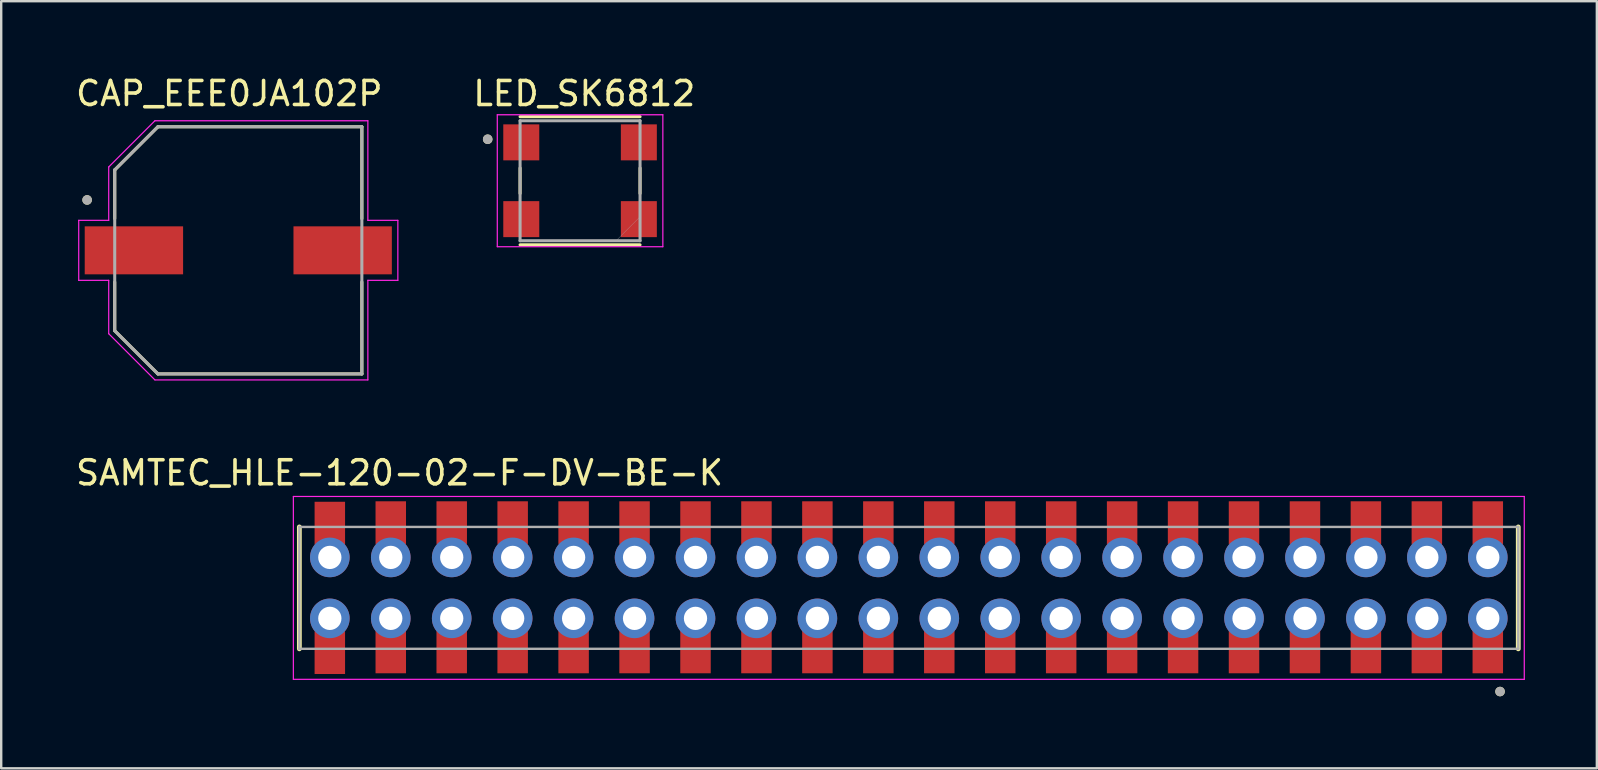
<source format=kicad_pcb>
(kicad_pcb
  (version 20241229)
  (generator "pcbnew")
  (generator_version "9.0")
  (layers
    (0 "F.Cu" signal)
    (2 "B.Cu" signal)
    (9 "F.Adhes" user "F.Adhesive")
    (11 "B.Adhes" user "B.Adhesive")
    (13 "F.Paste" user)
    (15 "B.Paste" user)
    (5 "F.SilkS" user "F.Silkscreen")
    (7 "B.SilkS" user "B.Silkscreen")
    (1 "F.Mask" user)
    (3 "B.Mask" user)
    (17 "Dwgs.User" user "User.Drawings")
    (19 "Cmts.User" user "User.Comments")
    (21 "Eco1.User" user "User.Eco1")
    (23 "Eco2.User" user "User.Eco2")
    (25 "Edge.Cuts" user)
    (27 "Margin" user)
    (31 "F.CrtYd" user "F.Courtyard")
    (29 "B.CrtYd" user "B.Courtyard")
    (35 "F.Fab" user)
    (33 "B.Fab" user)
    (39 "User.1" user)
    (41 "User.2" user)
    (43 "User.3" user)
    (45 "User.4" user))
  (footprint "SAMTEC_HLE-120-02-F-DV-BE-K"
    (layer "F.Cu")
    (at 34.826 21.451)
    (property "Reference" "SAMTEC_HLE-120-02-F-DV-BE-K" (at -21.225 -4.795 0) (layer "F.SilkS") (effects (font (size 1 1) (thickness 0.15))))
    (attr through_hole)
    (fp_line (start -25.4 2.54) (end -25.4 -2.54) (stroke (width 0.2) (type solid)) (layer "F.SilkS"))
    (fp_line (start 25.4 2.54) (end 25.4 -2.54) (stroke (width 0.2) (type solid)) (layer "F.SilkS"))
    (fp_circle (center 24.64 4.32) (end 24.74 4.32) (stroke (width 0.2) (type solid)) (fill no) (layer "F.SilkS"))
    (fp_line (start -25.65 -3.81) (end 25.65 -3.81) (stroke (width 0.05) (type solid)) (layer "F.CrtYd"))
    (fp_line (start -25.65 3.81) (end -25.65 -3.81) (stroke (width 0.05) (type solid)) (layer "F.CrtYd"))
    (fp_line (start 25.65 -3.81) (end 25.65 3.81) (stroke (width 0.05) (type solid)) (layer "F.CrtYd"))
    (fp_line (start 25.65 3.81) (end -25.65 3.81) (stroke (width 0.05) (type solid)) (layer "F.CrtYd"))
    (fp_line (start -25.4 -2.54) (end 25.4 -2.54) (stroke (width 0.1) (type solid)) (layer "F.Fab"))
    (fp_line (start -25.4 2.54) (end -25.4 -2.54) (stroke (width 0.1) (type solid)) (layer "F.Fab"))
    (fp_line (start 25.4 -2.54) (end 25.4 2.54) (stroke (width 0.1) (type solid)) (layer "F.Fab"))
    (fp_line (start 25.4 2.54) (end -25.4 2.54) (stroke (width 0.1) (type solid)) (layer "F.Fab"))
    (fp_circle (center 24.64 4.32) (end 24.74 4.32) (stroke (width 0.2) (type solid)) (fill no) (layer "F.Fab"))
    (pad "01" smd rect (at 24.13 -2.72) (size 1.27 1.778) (layers "F.Cu" "F.Mask" "F.Paste"))
    (pad "01" thru_hole circle (at 24.13 -1.27) (size 1.651 1.651) (drill 0.97) (layers "*.Cu" "*.Mask"))
    (pad "02" thru_hole circle (at 24.13 1.27) (size 1.651 1.651) (drill 0.97) (layers "*.Cu" "*.Mask"))
    (pad "02" smd rect (at 24.13 2.67) (size 1.27 1.778) (layers "F.Cu" "F.Mask" "F.Paste"))
    (pad "03" smd rect (at 21.59 -2.72) (size 1.27 1.778) (layers "F.Cu" "F.Mask" "F.Paste"))
    (pad "03" thru_hole circle (at 21.59 -1.27) (size 1.651 1.651) (drill 0.97) (layers "*.Cu" "*.Mask"))
    (pad "04" thru_hole circle (at 21.59 1.27) (size 1.651 1.651) (drill 0.97) (layers "*.Cu" "*.Mask"))
    (pad "04" smd rect (at 21.59 2.67) (size 1.27 1.778) (layers "F.Cu" "F.Mask" "F.Paste"))
    (pad "05" smd rect (at 19.05 -2.72) (size 1.27 1.778) (layers "F.Cu" "F.Mask" "F.Paste"))
    (pad "05" thru_hole circle (at 19.05 -1.27) (size 1.651 1.651) (drill 0.97) (layers "*.Cu" "*.Mask"))
    (pad "06" thru_hole circle (at 19.05 1.27) (size 1.651 1.651) (drill 0.97) (layers "*.Cu" "*.Mask"))
    (pad "06" smd rect (at 19.05 2.67) (size 1.27 1.778) (layers "F.Cu" "F.Mask" "F.Paste"))
    (pad "07" smd rect (at 16.51 -2.72) (size 1.27 1.778) (layers "F.Cu" "F.Mask" "F.Paste"))
    (pad "07" thru_hole circle (at 16.51 -1.27) (size 1.651 1.651) (drill 0.97) (layers "*.Cu" "*.Mask"))
    (pad "08" thru_hole circle (at 16.51 1.27) (size 1.651 1.651) (drill 0.97) (layers "*.Cu" "*.Mask"))
    (pad "08" smd rect (at 16.51 2.67) (size 1.27 1.778) (layers "F.Cu" "F.Mask" "F.Paste"))
    (pad "09" smd rect (at 13.97 -2.72) (size 1.27 1.778) (layers "F.Cu" "F.Mask" "F.Paste"))
    (pad "09" thru_hole circle (at 13.97 -1.27) (size 1.651 1.651) (drill 0.97) (layers "*.Cu" "*.Mask"))
    (pad "10" thru_hole circle (at 13.97 1.27) (size 1.651 1.651) (drill 0.97) (layers "*.Cu" "*.Mask"))
    (pad "10" smd rect (at 13.97 2.67) (size 1.27 1.778) (layers "F.Cu" "F.Mask" "F.Paste"))
    (pad "11" smd rect (at 11.43 -2.72) (size 1.27 1.778) (layers "F.Cu" "F.Mask" "F.Paste"))
    (pad "11" thru_hole circle (at 11.43 -1.27) (size 1.651 1.651) (drill 0.97) (layers "*.Cu" "*.Mask"))
    (pad "12" thru_hole circle (at 11.43 1.27) (size 1.651 1.651) (drill 0.97) (layers "*.Cu" "*.Mask"))
    (pad "12" smd rect (at 11.43 2.67) (size 1.27 1.778) (layers "F.Cu" "F.Mask" "F.Paste"))
    (pad "13" smd rect (at 8.89 -2.72) (size 1.27 1.778) (layers "F.Cu" "F.Mask" "F.Paste"))
    (pad "13" thru_hole circle (at 8.89 -1.27) (size 1.651 1.651) (drill 0.97) (layers "*.Cu" "*.Mask"))
    (pad "14" thru_hole circle (at 8.89 1.27) (size 1.651 1.651) (drill 0.97) (layers "*.Cu" "*.Mask"))
    (pad "14" smd rect (at 8.89 2.67) (size 1.27 1.778) (layers "F.Cu" "F.Mask" "F.Paste"))
    (pad "15" smd rect (at 6.35 -2.72) (size 1.27 1.778) (layers "F.Cu" "F.Mask" "F.Paste"))
    (pad "15" thru_hole circle (at 6.35 -1.27) (size 1.651 1.651) (drill 0.97) (layers "*.Cu" "*.Mask"))
    (pad "16" thru_hole circle (at 6.35 1.27) (size 1.651 1.651) (drill 0.97) (layers "*.Cu" "*.Mask"))
    (pad "16" smd rect (at 6.35 2.67) (size 1.27 1.778) (layers "F.Cu" "F.Mask" "F.Paste"))
    (pad "17" smd rect (at 3.81 -2.72) (size 1.27 1.778) (layers "F.Cu" "F.Mask" "F.Paste"))
    (pad "17" thru_hole circle (at 3.81 -1.27) (size 1.651 1.651) (drill 0.97) (layers "*.Cu" "*.Mask"))
    (pad "18" thru_hole circle (at 3.81 1.27) (size 1.651 1.651) (drill 0.97) (layers "*.Cu" "*.Mask"))
    (pad "18" smd rect (at 3.81 2.67) (size 1.27 1.778) (layers "F.Cu" "F.Mask" "F.Paste"))
    (pad "19" smd rect (at 1.27 -2.72) (size 1.27 1.778) (layers "F.Cu" "F.Mask" "F.Paste"))
    (pad "19" thru_hole circle (at 1.27 -1.27) (size 1.651 1.651) (drill 0.97) (layers "*.Cu" "*.Mask"))
    (pad "20" thru_hole circle (at 1.27 1.27) (size 1.651 1.651) (drill 0.97) (layers "*.Cu" "*.Mask"))
    (pad "20" smd rect (at 1.27 2.67) (size 1.27 1.778) (layers "F.Cu" "F.Mask" "F.Paste"))
    (pad "21" smd rect (at -1.27 -2.72) (size 1.27 1.778) (layers "F.Cu" "F.Mask" "F.Paste"))
    (pad "21" thru_hole circle (at -1.27 -1.27) (size 1.651 1.651) (drill 0.97) (layers "*.Cu" "*.Mask"))
    (pad "22" thru_hole circle (at -1.27 1.27) (size 1.651 1.651) (drill 0.97) (layers "*.Cu" "*.Mask"))
    (pad "22" smd rect (at -1.27 2.67) (size 1.27 1.778) (layers "F.Cu" "F.Mask" "F.Paste"))
    (pad "23" smd rect (at -3.81 -2.72) (size 1.27 1.778) (layers "F.Cu" "F.Mask" "F.Paste"))
    (pad "23" thru_hole circle (at -3.81 -1.27) (size 1.651 1.651) (drill 0.97) (layers "*.Cu" "*.Mask"))
    (pad "24" thru_hole circle (at -3.81 1.27) (size 1.651 1.651) (drill 0.97) (layers "*.Cu" "*.Mask"))
    (pad "24" smd rect (at -3.81 2.67) (size 1.27 1.778) (layers "F.Cu" "F.Mask" "F.Paste"))
    (pad "25" smd rect (at -6.35 -2.72) (size 1.27 1.778) (layers "F.Cu" "F.Mask" "F.Paste"))
    (pad "25" thru_hole circle (at -6.35 -1.27) (size 1.651 1.651) (drill 0.97) (layers "*.Cu" "*.Mask"))
    (pad "26" thru_hole circle (at -6.35 1.27) (size 1.651 1.651) (drill 0.97) (layers "*.Cu" "*.Mask"))
    (pad "26" smd rect (at -6.35 2.67) (size 1.27 1.778) (layers "F.Cu" "F.Mask" "F.Paste"))
    (pad "27" smd rect (at -8.89 -2.72) (size 1.27 1.778) (layers "F.Cu" "F.Mask" "F.Paste"))
    (pad "27" thru_hole circle (at -8.89 -1.27) (size 1.651 1.651) (drill 0.97) (layers "*.Cu" "*.Mask"))
    (pad "28" thru_hole circle (at -8.89 1.27) (size 1.651 1.651) (drill 0.97) (layers "*.Cu" "*.Mask"))
    (pad "28" smd rect (at -8.89 2.67) (size 1.27 1.778) (layers "F.Cu" "F.Mask" "F.Paste"))
    (pad "29" smd rect (at -11.43 -2.72) (size 1.27 1.778) (layers "F.Cu" "F.Mask" "F.Paste"))
    (pad "29" thru_hole circle (at -11.43 -1.27) (size 1.651 1.651) (drill 0.97) (layers "*.Cu" "*.Mask"))
    (pad "30" thru_hole circle (at -11.43 1.27) (size 1.651 1.651) (drill 0.97) (layers "*.Cu" "*.Mask"))
    (pad "30" smd rect (at -11.43 2.67) (size 1.27 1.778) (layers "F.Cu" "F.Mask" "F.Paste"))
    (pad "31" smd rect (at -13.97 -2.72) (size 1.27 1.778) (layers "F.Cu" "F.Mask" "F.Paste"))
    (pad "31" thru_hole circle (at -13.97 -1.27) (size 1.651 1.651) (drill 0.97) (layers "*.Cu" "*.Mask"))
    (pad "32" thru_hole circle (at -13.97 1.27) (size 1.651 1.651) (drill 0.97) (layers "*.Cu" "*.Mask"))
    (pad "32" smd rect (at -13.97 2.67) (size 1.27 1.778) (layers "F.Cu" "F.Mask" "F.Paste"))
    (pad "33" smd rect (at -16.51 -2.72) (size 1.27 1.778) (layers "F.Cu" "F.Mask" "F.Paste"))
    (pad "33" thru_hole circle (at -16.51 -1.27) (size 1.651 1.651) (drill 0.97) (layers "*.Cu" "*.Mask"))
    (pad "34" thru_hole circle (at -16.51 1.27) (size 1.651 1.651) (drill 0.97) (layers "*.Cu" "*.Mask"))
    (pad "34" smd rect (at -16.51 2.67) (size 1.27 1.778) (layers "F.Cu" "F.Mask" "F.Paste"))
    (pad "35" smd rect (at -19.05 -2.72) (size 1.27 1.778) (layers "F.Cu" "F.Mask" "F.Paste"))
    (pad "35" thru_hole circle (at -19.05 -1.27) (size 1.651 1.651) (drill 0.97) (layers "*.Cu" "*.Mask"))
    (pad "36" thru_hole circle (at -19.05 1.27) (size 1.651 1.651) (drill 0.97) (layers "*.Cu" "*.Mask"))
    (pad "36" smd rect (at -19.05 2.67) (size 1.27 1.778) (layers "F.Cu" "F.Mask" "F.Paste"))
    (pad "37" smd rect (at -21.59 -2.72) (size 1.27 1.778) (layers "F.Cu" "F.Mask" "F.Paste"))
    (pad "37" thru_hole circle (at -21.59 -1.27) (size 1.651 1.651) (drill 0.97) (layers "*.Cu" "*.Mask"))
    (pad "38" thru_hole circle (at -21.59 1.27) (size 1.651 1.651) (drill 0.97) (layers "*.Cu" "*.Mask"))
    (pad "38" smd rect (at -21.59 2.67) (size 1.27 1.778) (layers "F.Cu" "F.Mask" "F.Paste"))
    (pad "39" smd rect (at -24.13 -2.7) (size 1.27 1.778) (layers "F.Cu" "F.Mask" "F.Paste"))
    (pad "39" thru_hole circle (at -24.13 -1.27) (size 1.651 1.651) (drill 0.97) (layers "*.Cu" "*.Mask"))
    (pad "40" thru_hole circle (at -24.13 1.27) (size 1.651 1.651) (drill 0.97) (layers "*.Cu" "*.Mask"))
    (pad "40" smd rect (at -24.13 2.7) (size 1.27 1.778) (layers "F.Cu" "F.Mask" "F.Paste")))
  (footprint "CAP_EEE0JA102P"
    (layer "F.Cu")
    (at 6.881 7.383)
    (property "Reference" "CAP_EEE0JA102P" (at -0.375 -6.535 0) (layer "F.SilkS") (effects (font (size 1 1) (thickness 0.15))))
    (attr through_hole)
    (fp_line (start -5.15 -3.35) (end -5.15 -1.32) (stroke (width 0.127) (type solid)) (layer "F.SilkS"))
    (fp_line (start -5.15 1.32) (end -5.15 3.35) (stroke (width 0.127) (type solid)) (layer "F.SilkS"))
    (fp_line (start -5.15 3.35) (end -3.35 5.15) (stroke (width 0.127) (type solid)) (layer "F.SilkS"))
    (fp_line (start -3.35 -5.15) (end -5.15 -3.35) (stroke (width 0.127) (type solid)) (layer "F.SilkS"))
    (fp_line (start -3.35 5.15) (end 5.15 5.15) (stroke (width 0.127) (type solid)) (layer "F.SilkS"))
    (fp_line (start 5.15 -5.15) (end -3.35 -5.15) (stroke (width 0.127) (type solid)) (layer "F.SilkS"))
    (fp_line (start 5.15 -1.32) (end 5.15 -5.15) (stroke (width 0.127) (type solid)) (layer "F.SilkS"))
    (fp_line (start 5.15 5.15) (end 5.15 1.32) (stroke (width 0.127) (type solid)) (layer "F.SilkS"))
    (fp_circle (center -6.3 -2.1) (end -6.2 -2.1) (stroke (width 0.2) (type solid)) (fill no) (layer "F.SilkS"))
    (fp_line (start -6.65 -1.25) (end -5.4 -1.25) (stroke (width 0.05) (type solid)) (layer "F.CrtYd"))
    (fp_line (start -6.65 1.25) (end -6.65 -1.25) (stroke (width 0.05) (type solid)) (layer "F.CrtYd"))
    (fp_line (start -5.4 -3.475) (end -3.475 -5.4) (stroke (width 0.05) (type solid)) (layer "F.CrtYd"))
    (fp_line (start -5.4 -1.25) (end -5.4 -3.475) (stroke (width 0.05) (type solid)) (layer "F.CrtYd"))
    (fp_line (start -5.4 1.25) (end -6.65 1.25) (stroke (width 0.05) (type solid)) (layer "F.CrtYd"))
    (fp_line (start -5.4 3.475) (end -5.4 1.25) (stroke (width 0.05) (type solid)) (layer "F.CrtYd"))
    (fp_line (start -3.475 -5.4) (end 5.4 -5.4) (stroke (width 0.05) (type solid)) (layer "F.CrtYd"))
    (fp_line (start -3.475 5.4) (end -5.4 3.475) (stroke (width 0.05) (type solid)) (layer "F.CrtYd"))
    (fp_line (start 5.4 -5.4) (end 5.4 -1.25) (stroke (width 0.05) (type solid)) (layer "F.CrtYd"))
    (fp_line (start 5.4 -1.25) (end 6.65 -1.25) (stroke (width 0.05) (type solid)) (layer "F.CrtYd"))
    (fp_line (start 5.4 1.25) (end 5.4 5.4) (stroke (width 0.05) (type solid)) (layer "F.CrtYd"))
    (fp_line (start 5.4 5.4) (end -3.475 5.4) (stroke (width 0.05) (type solid)) (layer "F.CrtYd"))
    (fp_line (start 6.65 -1.25) (end 6.65 1.25) (stroke (width 0.05) (type solid)) (layer "F.CrtYd"))
    (fp_line (start 6.65 1.25) (end 5.4 1.25) (stroke (width 0.05) (type solid)) (layer "F.CrtYd"))
    (fp_line (start -5.15 -3.35) (end -5.15 3.35) (stroke (width 0.127) (type solid)) (layer "F.Fab"))
    (fp_line (start -5.15 3.35) (end -3.35 5.15) (stroke (width 0.127) (type solid)) (layer "F.Fab"))
    (fp_line (start -3.35 -5.15) (end -5.15 -3.35) (stroke (width 0.127) (type solid)) (layer "F.Fab"))
    (fp_line (start -3.35 5.15) (end 5.15 5.15) (stroke (width 0.127) (type solid)) (layer "F.Fab"))
    (fp_line (start 5.15 -5.15) (end -3.35 -5.15) (stroke (width 0.127) (type solid)) (layer "F.Fab"))
    (fp_line (start 5.15 5.15) (end 5.15 -5.15) (stroke (width 0.127) (type solid)) (layer "F.Fab"))
    (fp_circle (center -6.3 -2.1) (end -6.2 -2.1) (stroke (width 0.2) (type solid)) (fill no) (layer "F.Fab"))
    (pad "1" smd rect (at -4.35 0) (size 4.1 2) (layers "F.Cu" "F.Mask" "F.Paste"))
    (pad "2" smd rect (at 4.35 0) (size 4.1 2) (layers "F.Cu" "F.Mask" "F.Paste")))
  (footprint "LED_SK6812"
    (layer "F.Cu")
    (at 21.125 4.483)
    (property "Reference" "LED_SK6812" (at 0.175 -3.635 0) (layer "F.SilkS") (effects (font (size 1 1) (thickness 0.15))))
    (attr through_hole)
    (fp_line (start -2.5 -2.67) (end 2.5 -2.67) (stroke (width 0.127) (type solid)) (layer "F.SilkS"))
    (fp_line (start -2.5 -0.53) (end -2.5 0.53) (stroke (width 0.127) (type solid)) (layer "F.SilkS"))
    (fp_line (start -2.5 2.67) (end 2.5 2.67) (stroke (width 0.127) (type solid)) (layer "F.SilkS"))
    (fp_line (start 2.5 -0.53) (end 2.5 0.53) (stroke (width 0.127) (type solid)) (layer "F.SilkS"))
    (fp_circle (center -3.85 -1.73) (end -3.75 -1.73) (stroke (width 0.2) (type solid)) (fill no) (layer "F.SilkS"))
    (fp_line (start -3.45 -2.75) (end 3.45 -2.75) (stroke (width 0.05) (type solid)) (layer "F.CrtYd"))
    (fp_line (start -3.45 2.75) (end -3.45 -2.75) (stroke (width 0.05) (type solid)) (layer "F.CrtYd"))
    (fp_line (start 3.45 -2.75) (end 3.45 2.75) (stroke (width 0.05) (type solid)) (layer "F.CrtYd"))
    (fp_line (start 3.45 2.75) (end -3.45 2.75) (stroke (width 0.05) (type solid)) (layer "F.CrtYd"))
    (fp_line (start -2.5 -2.5) (end 2.5 -2.5) (stroke (width 0.127) (type solid)) (layer "F.Fab"))
    (fp_line (start -2.5 2.5) (end -2.5 -2.5) (stroke (width 0.127) (type solid)) (layer "F.Fab"))
    (fp_line (start 2.5 -2.5) (end 2.5 2.5) (stroke (width 0.127) (type solid)) (layer "F.Fab"))
    (fp_line (start 2.5 2.5) (end -2.5 2.5) (stroke (width 0.127) (type solid)) (layer "F.Fab"))
    (fp_circle (center -3.85 -1.73) (end -3.75 -1.73) (stroke (width 0.2) (type solid)) (fill no) (layer "F.Fab"))
    (fp_poly (pts (xy 2.5 2.5) (xy 1.5 2.5) (xy 2.5 1.5)) (stroke (width 0.01) (type solid)) (fill no) (layer "F.Fab"))
    (pad "1" smd rect (at -2.45 -1.6) (size 1.5 1.5) (layers "F.Cu" "F.Mask" "F.Paste"))
    (pad "2" smd rect (at -2.45 1.6) (size 1.5 1.5) (layers "F.Cu" "F.Mask" "F.Paste"))
    (pad "3" smd rect (at 2.45 1.6) (size 1.5 1.5) (layers "F.Cu" "F.Mask" "F.Paste"))
    (pad "4" smd rect (at 2.45 -1.6) (size 1.5 1.5) (layers "F.Cu" "F.Mask" "F.Paste")))
  (gr_rect
    (start -3 -3)
    (end 63.501 28.971)
    (stroke (width 0.1) (type default))
    (fill no)
    (layer "Edge.Cuts")))
</source>
